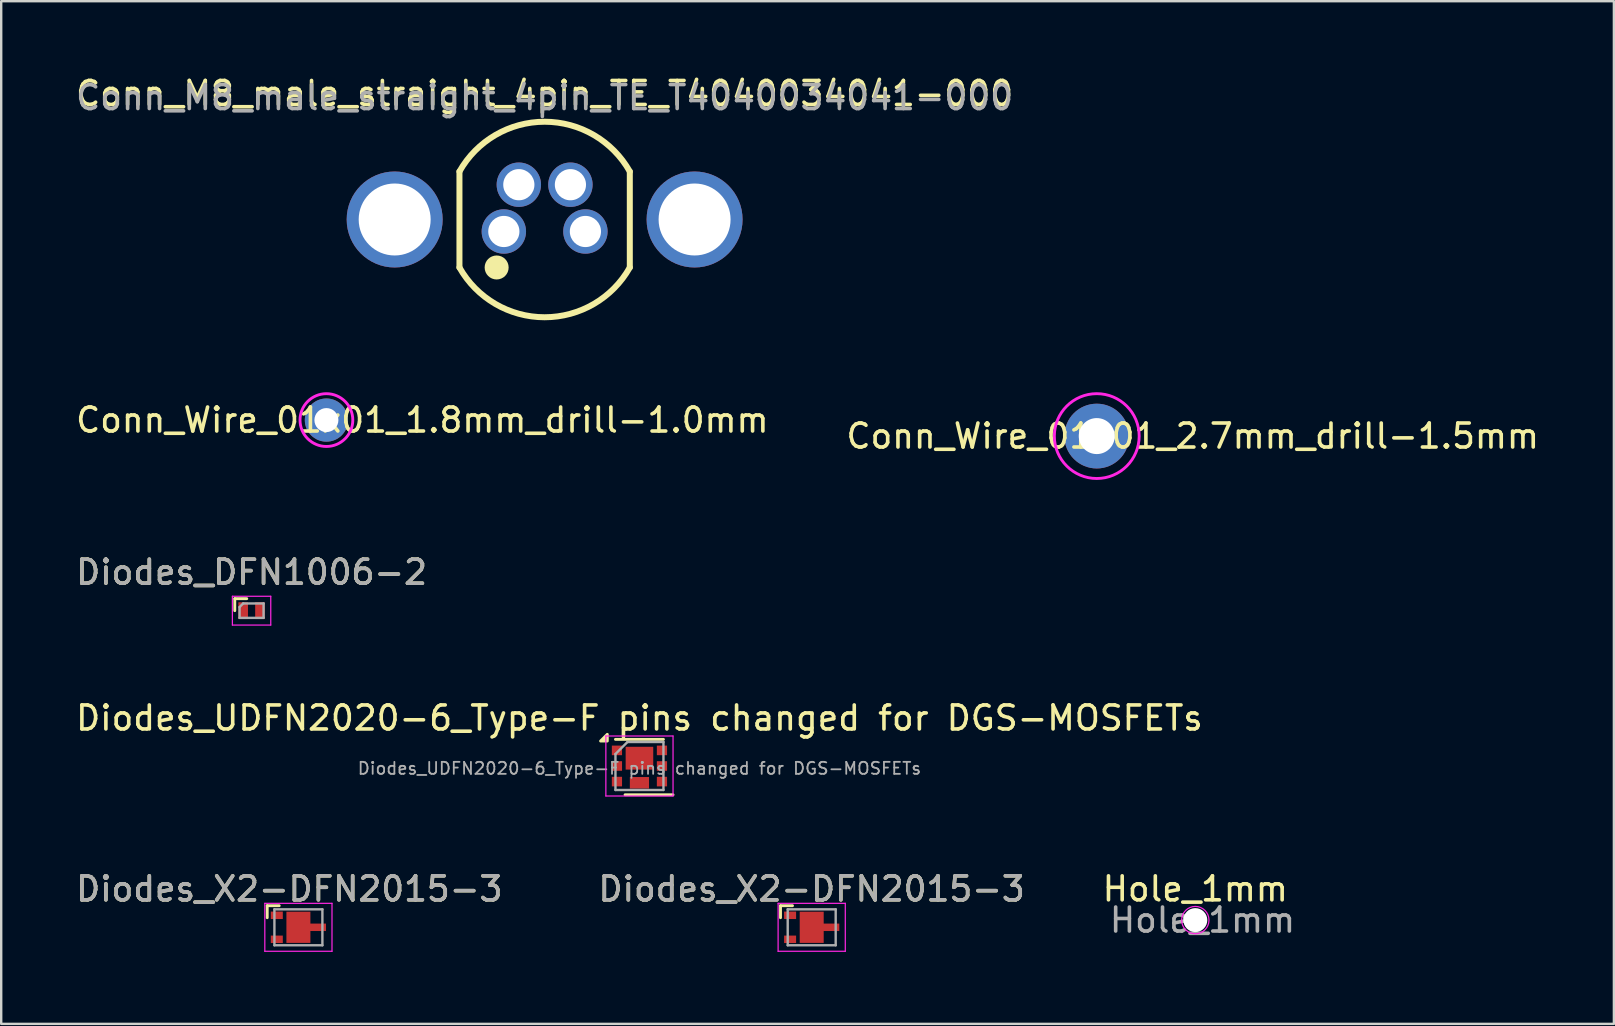
<source format=kicad_pcb>
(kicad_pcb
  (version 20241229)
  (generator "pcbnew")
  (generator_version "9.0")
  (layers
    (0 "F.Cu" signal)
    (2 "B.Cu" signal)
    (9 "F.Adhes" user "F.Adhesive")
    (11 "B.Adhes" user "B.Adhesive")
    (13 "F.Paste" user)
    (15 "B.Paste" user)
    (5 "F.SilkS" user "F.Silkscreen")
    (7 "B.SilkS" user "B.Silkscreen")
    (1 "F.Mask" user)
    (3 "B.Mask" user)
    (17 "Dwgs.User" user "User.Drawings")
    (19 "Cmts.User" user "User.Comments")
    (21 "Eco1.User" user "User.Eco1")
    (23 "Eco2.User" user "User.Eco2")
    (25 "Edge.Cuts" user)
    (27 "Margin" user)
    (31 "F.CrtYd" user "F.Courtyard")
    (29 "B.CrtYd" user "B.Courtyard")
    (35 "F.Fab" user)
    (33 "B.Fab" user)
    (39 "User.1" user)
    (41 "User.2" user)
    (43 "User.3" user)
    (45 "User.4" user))
  (footprint "Conn_M8_male_straight_4pin_TE_T4040034041-000"
    (layer "F.Cu")
    (at 19.649 6.098)
    (property "Reference" "Conn_M8_male_straight_4pin_TE_T4040034041-000" (at 0 -5.25 0) (unlocked yes) (layer "F.SilkS") (effects (font (size 1 1) (thickness 0.15))))
    (attr through_hole)
    (fp_line (start -3.55 2) (end -3.55 -2) (stroke (width 0.25) (type solid)) (layer "F.SilkS"))
    (fp_line (start 3.55 2) (end 3.55 -2) (stroke (width 0.25) (type solid)) (layer "F.SilkS"))
    (fp_arc (start -3.55 -2) (mid -0.000001 -4.074452) (end 3.55 -2) (stroke (width 0.25) (type solid)) (layer "F.SilkS"))
    (fp_arc (start 3.55 2) (mid 0.000001 4.074452) (end -3.55 2) (stroke (width 0.25) (type solid)) (layer "F.SilkS"))
    (fp_circle (center -2 2) (end -2 2) (stroke (width 0.5) (type solid)) (fill no) (layer "F.SilkS"))
    (fp_text user "${REFERENCE}" (at 0 -5.08 0) (unlocked yes) (layer "F.Fab") (effects (font (size 1 1) (thickness 0.15))))
    (pad "1" thru_hole circle (at -1.7 0.5) (size 1.85 1.85) (drill 1.3) (layers "*.Cu" "*.Mask"))
    (pad "2" thru_hole circle (at -1.075 -1.45) (size 1.85 1.85) (drill 1.3) (layers "*.Cu" "*.Mask"))
    (pad "3" thru_hole circle (at 1.7 0.5) (size 1.85 1.85) (drill 1.3) (layers "*.Cu" "*.Mask"))
    (pad "4" thru_hole circle (at 1.075 -1.45) (size 1.85 1.85) (drill 1.3) (layers "*.Cu" "*.Mask"))
    (pad "5" thru_hole circle (at -6.25 0) (size 4 4) (drill 3) (layers "*.Cu" "*.Mask"))
    (pad "5" thru_hole circle (at 6.25 0) (size 4 4) (drill 3) (layers "*.Cu" "*.Mask")))
  (footprint "Conn_Wire_01x01_2.7mm_drill-1.5mm"
    (layer "F.Cu")
    (at 42.661 15.125)
    (property "Reference" "Conn_Wire_01x01_2.7mm_drill-1.5mm" (at 4 0 0) (layer "F.SilkS") (effects (font (size 1 1) (thickness 0.15))))
    (attr through_hole)
    (fp_circle (center 0 0) (end 1.25 1.25) (stroke (width 0.12) (type solid)) (fill no) (layer "F.CrtYd"))
    (pad "1" thru_hole circle (at 0 0) (size 2.7 2.7) (drill 1.5) (layers "*.Cu" "*.Mask")))
  (footprint "Hole_1mm"
    (layer "F.Cu")
    (at 46.768 35.298)
    (property "Reference" "Hole_1mm" (at 0 -1.3 0) (layer "F.SilkS") (effects (font (size 1 1) (thickness 0.15))))
    (attr exclude_from_pos_files exclude_from_bom)
    (fp_circle (center 0 0) (end 0.57 0) (stroke (width 0.05) (type solid)) (fill no) (layer "F.CrtYd"))
    (fp_text user "${REFERENCE}" (at 0.3 0 0) (layer "F.Fab") (effects (font (size 1 1) (thickness 0.15))))
    (pad "" np_thru_hole circle (at 0 0) (size 1 1) (drill 1) (layers "*.Cu" "*.Mask")))
  (footprint "Diodes_X2-DFN2015-3 "
    (layer "F.Cu")
    (at 9.387 35.598)
    (property "Reference" "Diodes_X2-DFN2015-3 " (at 0 -1.6 0) (layer "F.SilkS") (effects (font (size 1 1) (thickness 0.15))))
    (attr smd)
    (fp_line (start -1.3 -0.9) (end -1.3 -0.4) (stroke (width 0.12) (type solid)) (layer "F.SilkS"))
    (fp_line (start -0.8 -0.9) (end -1.3 -0.9) (stroke (width 0.12) (type solid)) (layer "F.SilkS"))
    (fp_line (start -1.4 -1) (end 1.4 -1) (stroke (width 0.05) (type solid)) (layer "F.CrtYd"))
    (fp_line (start -1.4 1) (end -1.4 -1) (stroke (width 0.05) (type solid)) (layer "F.CrtYd"))
    (fp_line (start 1.4 -1) (end 1.4 1) (stroke (width 0.05) (type solid)) (layer "F.CrtYd"))
    (fp_line (start 1.4 1) (end -1.4 1) (stroke (width 0.05) (type solid)) (layer "F.CrtYd"))
    (fp_line (start -1 -0.75) (end -1 0.75) (stroke (width 0.1) (type solid)) (layer "F.Fab"))
    (fp_line (start -1 0.75) (end 1 0.75) (stroke (width 0.1) (type solid)) (layer "F.Fab"))
    (fp_line (start 1 -0.75) (end -1 -0.75) (stroke (width 0.1) (type solid)) (layer "F.Fab"))
    (fp_line (start 1 0.75) (end 1 -0.75) (stroke (width 0.1) (type solid)) (layer "F.Fab"))
    (fp_text user "${REFERENCE}" (at 0 -1.6 0) (layer "F.Fab") (effects (font (size 1 1) (thickness 0.15))))
    (pad "1" smd rect (at -0.9 -0.5 90) (size 0.31 0.5) (layers "F.Cu" "F.Mask" "F.Paste"))
    (pad "2" smd rect (at -0.9 0.5 270) (size 0.31 0.5) (layers "F.Cu" "F.Mask" "F.Paste"))
    (pad "3" smd custom (at 0 0 270) (size 1.3 1) (layers "F.Cu" "F.Mask" "F.Paste") (options (anchor rect)) (primitives (gr_rect (start -0.155 -1.15) (end 0.155 -0.475) (width 0) (fill yes)))))
  (footprint "Diodes_UDFN2020-6_Type-F pins changed for DGS-MOSFETs"
    (layer "F.Cu")
    (at 23.601 28.875)
    (property "Reference" "Diodes_UDFN2020-6_Type-F pins changed for DGS-MOSFETs" (at 0 -2 0) (layer "F.SilkS") (effects (font (size 1 1) (thickness 0.15))))
    (attr smd)
    (fp_line (start 1 -1.11) (end -1 -1.11) (stroke (width 0.12) (type solid)) (layer "F.SilkS"))
    (fp_line (start 1.4 1.2) (end -0.6 1.2) (stroke (width 0.12) (type solid)) (layer "F.SilkS"))
    (fp_poly (pts (xy -1.34 -1.04) (xy -1.62 -1.04) (xy -1.34 -1.32) (xy -1.34 -1.04)) (stroke (width 0.12) (type solid)) (fill yes) (layer "F.SilkS"))
    (fp_line (start -1.4 -1.25) (end -1.4 1.25) (stroke (width 0.05) (type solid)) (layer "F.CrtYd"))
    (fp_line (start -1.4 1.25) (end 1.4 1.25) (stroke (width 0.05) (type solid)) (layer "F.CrtYd"))
    (fp_line (start 1.4 -1.25) (end -1.4 -1.25) (stroke (width 0.05) (type solid)) (layer "F.CrtYd"))
    (fp_line (start 1.4 1.25) (end 1.4 -1.25) (stroke (width 0.05) (type solid)) (layer "F.CrtYd"))
    (fp_line (start -1 1) (end -1 -0.5) (stroke (width 0.1) (type solid)) (layer "F.Fab"))
    (fp_line (start -0.5 -1) (end -1 -0.5) (stroke (width 0.1) (type solid)) (layer "F.Fab"))
    (fp_line (start -0.5 -1) (end 1 -1) (stroke (width 0.1) (type solid)) (layer "F.Fab"))
    (fp_line (start 1 -1) (end 1 1) (stroke (width 0.1) (type solid)) (layer "F.Fab"))
    (fp_line (start 1 1) (end -1 1) (stroke (width 0.1) (type solid)) (layer "F.Fab"))
    (fp_text user "${REFERENCE}" (at 0 0.1 0) (layer "F.Fab") (effects (font (size 0.5 0.5) (thickness 0.075))))
    (pad "1" smd rect (at -0.938 -0.65) (size 0.425 0.4) (layers "F.Cu" "F.Mask" "F.Paste"))
    (pad "1" smd rect (at -0.938 0) (size 0.425 0.4) (layers "F.Cu" "F.Mask" "F.Paste"))
    (pad "1" smd rect (at 0.938 -0.65) (size 0.425 0.4) (layers "F.Cu" "F.Mask" "F.Paste"))
    (pad "1" smd rect (at 0.938 0) (size 0.425 0.4) (layers "F.Cu" "F.Mask" "F.Paste"))
    (pad "2" smd rect (at -0.938 0.65) (size 0.425 0.4) (layers "F.Cu" "F.Mask" "F.Paste"))
    (pad "3" smd rect (at 0 0.7) (size 0.8 0.48) (layers "F.Cu" "F.Mask" "F.Paste"))
    (pad "3" smd rect (at 0.938 0.65) (size 0.425 0.4) (layers "F.Cu" "F.Mask" "F.Paste"))
    (pad "7" smd rect (at 0 -0.325) (size 1.15 0.95) (layers "F.Cu" "F.Mask" "F.Paste")))
  (footprint "Diodes_DFN1006-2"
    (layer "F.Cu")
    (at 7.435 22.401)
    (property "Reference" "Diodes_DFN1006-2" (at 0 -1.6 0) (layer "F.SilkS") (effects (font (size 1 1) (thickness 0.15))))
    (attr smd)
    (fp_line (start -0.7 -0.5) (end -0.7 0) (stroke (width 0.12) (type solid)) (layer "F.SilkS"))
    (fp_line (start -0.2 -0.5) (end -0.7 -0.5) (stroke (width 0.12) (type solid)) (layer "F.SilkS"))
    (fp_line (start -0.8 -0.6) (end 0.8 -0.6) (stroke (width 0.05) (type solid)) (layer "F.CrtYd"))
    (fp_line (start -0.8 0.6) (end -0.8 -0.6) (stroke (width 0.05) (type solid)) (layer "F.CrtYd"))
    (fp_line (start 0.8 -0.6) (end 0.8 0.6) (stroke (width 0.05) (type solid)) (layer "F.CrtYd"))
    (fp_line (start 0.8 0.6) (end -0.8 0.6) (stroke (width 0.05) (type solid)) (layer "F.CrtYd"))
    (fp_line (start -0.5 0.3) (end -0.5 -0.15) (stroke (width 0.1) (type solid)) (layer "F.Fab"))
    (fp_line (start -0.35 -0.3) (end -0.5 -0.15) (stroke (width 0.1) (type solid)) (layer "F.Fab"))
    (fp_line (start -0.35 -0.3) (end 0.5 -0.3) (stroke (width 0.1) (type solid)) (layer "F.Fab"))
    (fp_line (start 0.5 -0.3) (end 0.5 0.3) (stroke (width 0.1) (type solid)) (layer "F.Fab"))
    (fp_line (start 0.5 0.3) (end -0.5 0.3) (stroke (width 0.1) (type solid)) (layer "F.Fab"))
    (fp_text user "${REFERENCE}" (at 0 -1.6 0) (layer "F.Fab") (effects (font (size 1 1) (thickness 0.15))))
    (pad "1" smd rect (at -0.35 0 270) (size 0.7 0.4) (layers "F.Cu" "F.Mask" "F.Paste"))
    (pad "2" smd rect (at 0.35 0 270) (size 0.7 0.4) (layers "F.Cu" "F.Mask" "F.Paste")))
  (footprint "Diodes_X2-DFN2015-3"
    (layer "F.Cu")
    (at 30.78 35.598)
    (property "Reference" "Diodes_X2-DFN2015-3" (at 0 -1.6 0) (layer "F.SilkS") (effects (font (size 1 1) (thickness 0.15))))
    (attr smd)
    (fp_line (start -1.3 -0.9) (end -1.3 -0.4) (stroke (width 0.12) (type solid)) (layer "F.SilkS"))
    (fp_line (start -0.8 -0.9) (end -1.3 -0.9) (stroke (width 0.12) (type solid)) (layer "F.SilkS"))
    (fp_line (start -1.4 -1) (end 1.4 -1) (stroke (width 0.05) (type solid)) (layer "F.CrtYd"))
    (fp_line (start -1.4 1) (end -1.4 -1) (stroke (width 0.05) (type solid)) (layer "F.CrtYd"))
    (fp_line (start 1.4 -1) (end 1.4 1) (stroke (width 0.05) (type solid)) (layer "F.CrtYd"))
    (fp_line (start 1.4 1) (end -1.4 1) (stroke (width 0.05) (type solid)) (layer "F.CrtYd"))
    (fp_line (start -1 -0.75) (end -1 0.75) (stroke (width 0.1) (type solid)) (layer "F.Fab"))
    (fp_line (start -1 0.75) (end 1 0.75) (stroke (width 0.1) (type solid)) (layer "F.Fab"))
    (fp_line (start 1 -0.75) (end -1 -0.75) (stroke (width 0.1) (type solid)) (layer "F.Fab"))
    (fp_line (start 1 0.75) (end 1 -0.75) (stroke (width 0.1) (type solid)) (layer "F.Fab"))
    (fp_text user "${REFERENCE}" (at 0 -1.6 0) (layer "F.Fab") (effects (font (size 1 1) (thickness 0.15))))
    (pad "1" smd rect (at -0.9 -0.5 90) (size 0.31 0.5) (layers "F.Cu" "F.Mask" "F.Paste"))
    (pad "2" smd rect (at -0.9 0.5 270) (size 0.31 0.5) (layers "F.Cu" "F.Mask" "F.Paste"))
    (pad "3" smd custom (at 0 0 270) (size 1.3 1) (layers "F.Cu" "F.Mask" "F.Paste") (options (anchor rect)) (primitives (gr_rect (start -0.155 -1.15) (end 0.155 -0.475) (width 0) (fill yes)))))
  (footprint "Conn_Wire_01x01_1.8mm_drill-1.0mm"
    (layer "F.Cu")
    (at 10.554 14.458)
    (property "Reference" "Conn_Wire_01x01_1.8mm_drill-1.0mm" (at 4 0 0) (layer "F.SilkS") (effects (font (size 1 1) (thickness 0.15))))
    (attr through_hole)
    (fp_circle (center 0 0) (end 1.1 0) (stroke (width 0.12) (type solid)) (fill no) (layer "F.CrtYd"))
    (pad "1" thru_hole circle (at 0 0) (size 1.8 1.8) (drill 1) (layers "*.Cu" "*.Mask")))
  (gr_rect
    (start -3 -3)
    (end 64.214 39.623)
    (stroke (width 0.1) (type default))
    (fill no)
    (layer "Edge.Cuts")))
</source>
